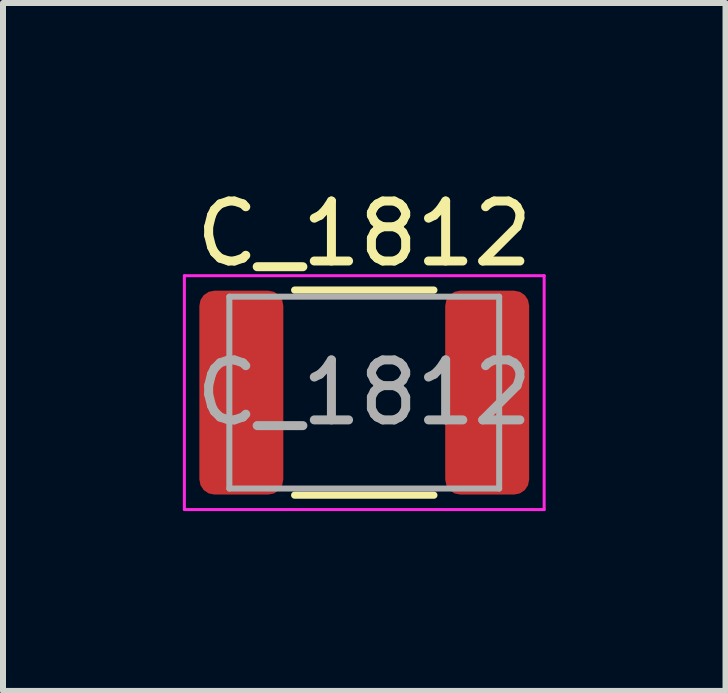
<source format=kicad_pcb>
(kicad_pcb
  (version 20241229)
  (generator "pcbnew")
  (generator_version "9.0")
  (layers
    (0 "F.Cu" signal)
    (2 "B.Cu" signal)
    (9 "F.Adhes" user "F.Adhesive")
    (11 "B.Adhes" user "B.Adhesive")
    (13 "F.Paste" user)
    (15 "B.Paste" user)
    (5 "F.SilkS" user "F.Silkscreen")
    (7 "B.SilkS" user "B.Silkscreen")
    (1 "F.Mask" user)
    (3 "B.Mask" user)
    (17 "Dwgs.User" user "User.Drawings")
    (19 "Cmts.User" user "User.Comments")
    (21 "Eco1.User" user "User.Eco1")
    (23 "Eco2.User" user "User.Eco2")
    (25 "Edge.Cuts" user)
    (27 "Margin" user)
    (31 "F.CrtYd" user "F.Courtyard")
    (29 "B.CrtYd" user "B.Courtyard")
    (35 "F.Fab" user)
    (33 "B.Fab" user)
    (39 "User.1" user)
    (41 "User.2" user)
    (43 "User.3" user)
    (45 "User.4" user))
  (footprint "C_1812"
    (layer "F.Cu")
    (at 3.025 3.498)
    (property "Reference" "C_1812" (at 0 -2.65 0) (layer "F.SilkS") (effects (font (size 1 1) (thickness 0.15))))
    (attr smd)
    (fp_line (start -1.161 -1.71) (end 1.161 -1.71) (stroke (width 0.12) (type solid)) (layer "F.SilkS"))
    (fp_line (start -1.161 1.71) (end 1.161 1.71) (stroke (width 0.12) (type solid)) (layer "F.SilkS"))
    (fp_line (start -3 -1.95) (end 3 -1.95) (stroke (width 0.05) (type solid)) (layer "F.CrtYd"))
    (fp_line (start -3 1.95) (end -3 -1.95) (stroke (width 0.05) (type solid)) (layer "F.CrtYd"))
    (fp_line (start 3 -1.95) (end 3 1.95) (stroke (width 0.05) (type solid)) (layer "F.CrtYd"))
    (fp_line (start 3 1.95) (end -3 1.95) (stroke (width 0.05) (type solid)) (layer "F.CrtYd"))
    (fp_line (start -2.25 -1.6) (end 2.25 -1.6) (stroke (width 0.1) (type solid)) (layer "F.Fab"))
    (fp_line (start -2.25 1.6) (end -2.25 -1.6) (stroke (width 0.1) (type solid)) (layer "F.Fab"))
    (fp_line (start 2.25 -1.6) (end 2.25 1.6) (stroke (width 0.1) (type solid)) (layer "F.Fab"))
    (fp_line (start 2.25 1.6) (end -2.25 1.6) (stroke (width 0.1) (type solid)) (layer "F.Fab"))
    (fp_text user "${REFERENCE}" (at 0 0 0) (layer "F.Fab") (effects (font (size 1 1) (thickness 0.15))))
    (pad "1" smd roundrect (at -2.05 0) (size 1.4 3.4) (layers "F.Cu" "F.Mask" "F.Paste") (roundrect_rratio 0.179))
    (pad "2" smd roundrect (at 2.05 0) (size 1.4 3.4) (layers "F.Cu" "F.Mask" "F.Paste") (roundrect_rratio 0.179)))
  (gr_rect
    (start -3 -3)
    (end 9.05 8.473)
    (stroke (width 0.1) (type default))
    (fill no)
    (layer "Edge.Cuts")))
</source>
